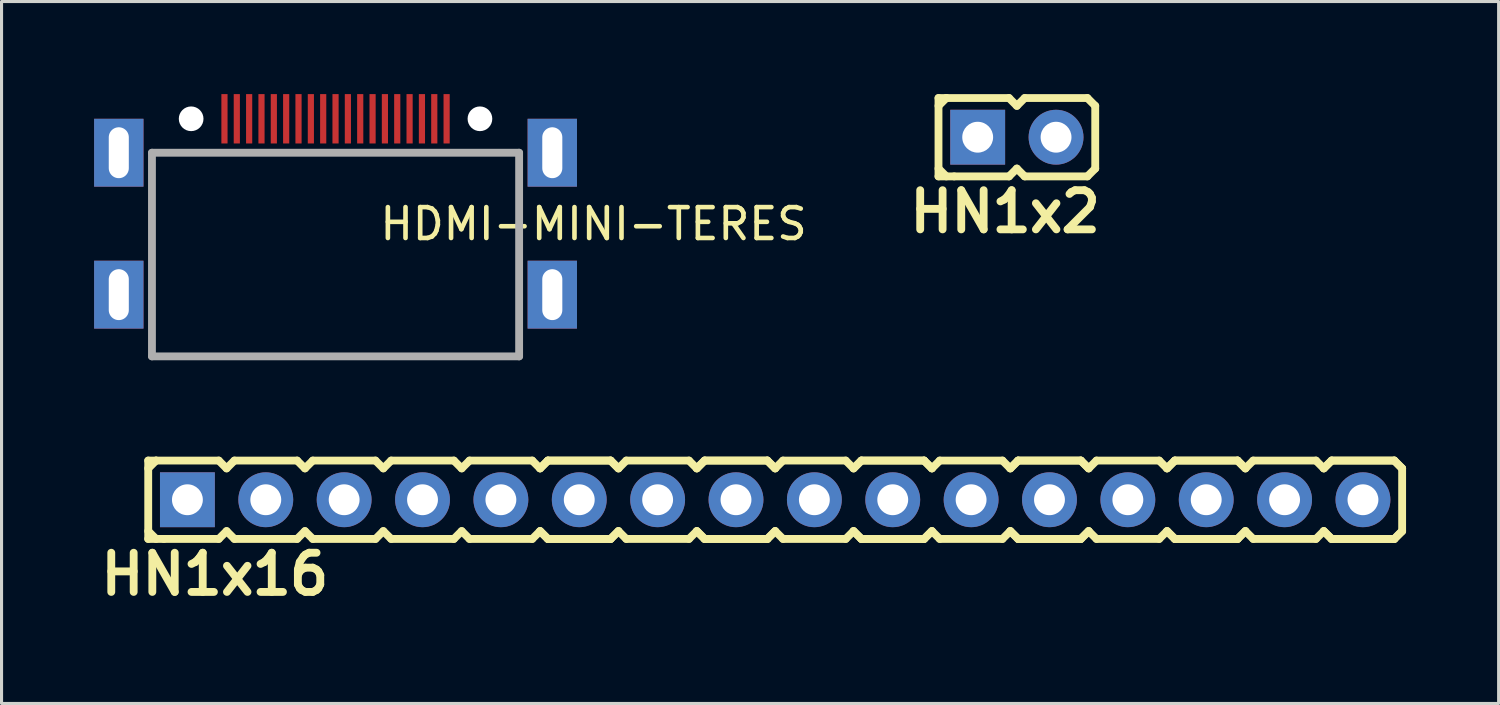
<source format=kicad_pcb>
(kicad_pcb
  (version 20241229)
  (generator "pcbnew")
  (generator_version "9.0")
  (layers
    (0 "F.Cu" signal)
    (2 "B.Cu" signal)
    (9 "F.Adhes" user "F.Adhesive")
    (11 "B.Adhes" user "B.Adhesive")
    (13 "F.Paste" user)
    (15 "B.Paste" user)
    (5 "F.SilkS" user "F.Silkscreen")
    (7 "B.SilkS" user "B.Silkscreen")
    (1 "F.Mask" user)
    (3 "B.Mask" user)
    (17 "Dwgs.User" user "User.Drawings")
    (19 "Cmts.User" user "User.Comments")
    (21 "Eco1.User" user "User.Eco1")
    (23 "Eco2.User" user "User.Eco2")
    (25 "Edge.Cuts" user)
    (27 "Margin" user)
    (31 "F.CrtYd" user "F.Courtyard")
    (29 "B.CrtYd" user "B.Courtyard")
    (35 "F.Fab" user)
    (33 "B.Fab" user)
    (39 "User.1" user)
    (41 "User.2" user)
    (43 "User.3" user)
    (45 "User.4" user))
  (footprint "HN1x2"
    (layer "F.Cu")
    (at 29.907 1.397)
    (property "Reference" "HN1x2" (at -0.381 2.413 0) (layer "F.SilkS") (effects (font (size 1.27 1.27) (thickness 0.254))))
    (attr smd)
    (fp_line (start -2.54 -1.27) (end -2.54 1.27) (stroke (width 0.254) (type solid)) (layer "F.SilkS"))
    (fp_line (start -2.54 -1.27) (end -2.286 -1.27) (stroke (width 0.254) (type solid)) (layer "F.SilkS"))
    (fp_line (start -2.54 -1.016) (end -2.286 -1.27) (stroke (width 0.254) (type solid)) (layer "F.SilkS"))
    (fp_line (start -2.286 -1.27) (end -0.254 -1.27) (stroke (width 0.254) (type solid)) (layer "F.SilkS"))
    (fp_line (start -2.286 1.27) (end -2.54 1.016) (stroke (width 0.254) (type solid)) (layer "F.SilkS"))
    (fp_line (start -2.032 1.27) (end -2.54 1.27) (stroke (width 0.254) (type solid)) (layer "F.SilkS"))
    (fp_line (start -0.254 -1.27) (end 0 -1.016) (stroke (width 0.254) (type solid)) (layer "F.SilkS"))
    (fp_line (start -0.254 1.27) (end -2.032 1.27) (stroke (width 0.254) (type solid)) (layer "F.SilkS"))
    (fp_line (start 0 -1.016) (end 0.254 -1.27) (stroke (width 0.254) (type solid)) (layer "F.SilkS"))
    (fp_line (start 0 1.016) (end -0.254 1.27) (stroke (width 0.254) (type solid)) (layer "F.SilkS"))
    (fp_line (start 0.254 -1.27) (end 2.286 -1.27) (stroke (width 0.254) (type solid)) (layer "F.SilkS"))
    (fp_line (start 0.254 1.27) (end 0 1.016) (stroke (width 0.254) (type solid)) (layer "F.SilkS"))
    (fp_line (start 2.286 -1.27) (end 2.54 -1.016) (stroke (width 0.254) (type solid)) (layer "F.SilkS"))
    (fp_line (start 2.286 1.27) (end 0.254 1.27) (stroke (width 0.254) (type solid)) (layer "F.SilkS"))
    (fp_line (start 2.286 1.27) (end 2.54 1.016) (stroke (width 0.254) (type solid)) (layer "F.SilkS"))
    (fp_line (start 2.54 -1.016) (end 2.54 1.016) (stroke (width 0.254) (type solid)) (layer "F.SilkS"))
    (pad "1" thru_hole rect (at -1.27 0) (size 1.778 1.778) (drill 1) (layers "*.Cu" "*.Mask"))
    (pad "2" thru_hole circle (at 1.27 0) (size 1.778 1.778) (drill 1) (layers "*.Cu" "*.Mask")))
  (footprint "HN1x16"
    (layer "F.Cu")
    (at 22.074 13.147)
    (property "Reference" "HN1x16" (at -18.161 2.413 0) (layer "F.SilkS") (effects (font (size 1.27 1.27) (thickness 0.254))))
    (attr smd)
    (fp_line (start -20.32 -1.27) (end -20.32 1.27) (stroke (width 0.254) (type solid)) (layer "F.SilkS"))
    (fp_line (start -20.32 -1.27) (end -20.066 -1.27) (stroke (width 0.254) (type solid)) (layer "F.SilkS"))
    (fp_line (start -20.32 -1.016) (end -20.066 -1.27) (stroke (width 0.254) (type solid)) (layer "F.SilkS"))
    (fp_line (start -20.066 -1.27) (end -18.034 -1.27) (stroke (width 0.254) (type solid)) (layer "F.SilkS"))
    (fp_line (start -20.066 1.27) (end -20.32 1.016) (stroke (width 0.254) (type solid)) (layer "F.SilkS"))
    (fp_line (start -19.812 1.27) (end -20.32 1.27) (stroke (width 0.254) (type solid)) (layer "F.SilkS"))
    (fp_line (start -18.034 -1.27) (end -17.78 -1.016) (stroke (width 0.254) (type solid)) (layer "F.SilkS"))
    (fp_line (start -18.034 1.27) (end -19.812 1.27) (stroke (width 0.254) (type solid)) (layer "F.SilkS"))
    (fp_line (start -17.78 -1.016) (end -17.526 -1.27) (stroke (width 0.254) (type solid)) (layer "F.SilkS"))
    (fp_line (start -17.78 1.016) (end -18.034 1.27) (stroke (width 0.254) (type solid)) (layer "F.SilkS"))
    (fp_line (start -17.526 -1.27) (end -15.494 -1.27) (stroke (width 0.254) (type solid)) (layer "F.SilkS"))
    (fp_line (start -17.526 1.27) (end -17.78 1.016) (stroke (width 0.254) (type solid)) (layer "F.SilkS"))
    (fp_line (start -15.494 -1.27) (end -15.24 -1.016) (stroke (width 0.254) (type solid)) (layer "F.SilkS"))
    (fp_line (start -15.494 1.27) (end -17.526 1.27) (stroke (width 0.254) (type solid)) (layer "F.SilkS"))
    (fp_line (start -15.494 1.27) (end -15.24 1.016) (stroke (width 0.254) (type solid)) (layer "F.SilkS"))
    (fp_line (start -15.24 -1.016) (end -14.986 -1.27) (stroke (width 0.254) (type solid)) (layer "F.SilkS"))
    (fp_line (start -15.24 1.016) (end -14.986 1.27) (stroke (width 0.254) (type solid)) (layer "F.SilkS"))
    (fp_line (start -14.986 -1.27) (end -12.954 -1.27) (stroke (width 0.254) (type solid)) (layer "F.SilkS"))
    (fp_line (start -12.954 -1.27) (end -12.7 -1.016) (stroke (width 0.254) (type solid)) (layer "F.SilkS"))
    (fp_line (start -12.954 1.27) (end -14.986 1.27) (stroke (width 0.254) (type solid)) (layer "F.SilkS"))
    (fp_line (start -12.7 -1.016) (end -12.446 -1.27) (stroke (width 0.254) (type solid)) (layer "F.SilkS"))
    (fp_line (start -12.7 1.016) (end -12.954 1.27) (stroke (width 0.254) (type solid)) (layer "F.SilkS"))
    (fp_line (start -12.446 -1.27) (end -10.414 -1.27) (stroke (width 0.254) (type solid)) (layer "F.SilkS"))
    (fp_line (start -12.446 1.27) (end -12.7 1.016) (stroke (width 0.254) (type solid)) (layer "F.SilkS"))
    (fp_line (start -10.414 -1.27) (end -10.16 -1.016) (stroke (width 0.254) (type solid)) (layer "F.SilkS"))
    (fp_line (start -10.414 1.27) (end -12.446 1.27) (stroke (width 0.254) (type solid)) (layer "F.SilkS"))
    (fp_line (start -10.16 -1.016) (end -9.906 -1.27) (stroke (width 0.254) (type solid)) (layer "F.SilkS"))
    (fp_line (start -10.16 1.016) (end -10.414 1.27) (stroke (width 0.254) (type solid)) (layer "F.SilkS"))
    (fp_line (start -9.906 -1.27) (end -7.874 -1.27) (stroke (width 0.254) (type solid)) (layer "F.SilkS"))
    (fp_line (start -9.906 1.27) (end -10.16 1.016) (stroke (width 0.254) (type solid)) (layer "F.SilkS"))
    (fp_line (start -7.874 -1.27) (end -7.62 -1.016) (stroke (width 0.254) (type solid)) (layer "F.SilkS"))
    (fp_line (start -7.874 1.27) (end -9.906 1.27) (stroke (width 0.254) (type solid)) (layer "F.SilkS"))
    (fp_line (start -7.62 -1.016) (end -7.366 -1.27) (stroke (width 0.254) (type solid)) (layer "F.SilkS"))
    (fp_line (start -7.62 -1.016) (end -7.366 -1.27) (stroke (width 0.254) (type solid)) (layer "F.SilkS"))
    (fp_line (start -7.62 1.016) (end -7.874 1.27) (stroke (width 0.254) (type solid)) (layer "F.SilkS"))
    (fp_line (start -7.366 -1.27) (end -5.334 -1.27) (stroke (width 0.254) (type solid)) (layer "F.SilkS"))
    (fp_line (start -7.366 -1.27) (end -5.334 -1.27) (stroke (width 0.254) (type solid)) (layer "F.SilkS"))
    (fp_line (start -7.366 1.27) (end -7.62 1.016) (stroke (width 0.254) (type solid)) (layer "F.SilkS"))
    (fp_line (start -7.366 1.27) (end -7.62 1.016) (stroke (width 0.254) (type solid)) (layer "F.SilkS"))
    (fp_line (start -5.334 -1.27) (end -5.08 -1.016) (stroke (width 0.254) (type solid)) (layer "F.SilkS"))
    (fp_line (start -5.334 -1.27) (end -5.08 -1.016) (stroke (width 0.254) (type solid)) (layer "F.SilkS"))
    (fp_line (start -5.334 1.27) (end -7.366 1.27) (stroke (width 0.254) (type solid)) (layer "F.SilkS"))
    (fp_line (start -5.334 1.27) (end -7.366 1.27) (stroke (width 0.254) (type solid)) (layer "F.SilkS"))
    (fp_line (start -5.08 -1.016) (end -4.826 -1.27) (stroke (width 0.254) (type solid)) (layer "F.SilkS"))
    (fp_line (start -5.08 1.016) (end -5.334 1.27) (stroke (width 0.254) (type solid)) (layer "F.SilkS"))
    (fp_line (start -5.08 1.016) (end -5.334 1.27) (stroke (width 0.254) (type solid)) (layer "F.SilkS"))
    (fp_line (start -4.826 -1.27) (end -2.794 -1.27) (stroke (width 0.254) (type solid)) (layer "F.SilkS"))
    (fp_line (start -4.826 1.27) (end -5.08 1.016) (stroke (width 0.254) (type solid)) (layer "F.SilkS"))
    (fp_line (start -2.794 -1.27) (end -2.54 -1.016) (stroke (width 0.254) (type solid)) (layer "F.SilkS"))
    (fp_line (start -2.794 1.27) (end -4.826 1.27) (stroke (width 0.254) (type solid)) (layer "F.SilkS"))
    (fp_line (start -2.54 -1.016) (end -2.286 -1.27) (stroke (width 0.254) (type solid)) (layer "F.SilkS"))
    (fp_line (start -2.54 -1.016) (end -2.286 -1.27) (stroke (width 0.254) (type solid)) (layer "F.SilkS"))
    (fp_line (start -2.54 1.016) (end -2.794 1.27) (stroke (width 0.254) (type solid)) (layer "F.SilkS"))
    (fp_line (start -2.286 -1.27) (end -0.254 -1.27) (stroke (width 0.254) (type solid)) (layer "F.SilkS"))
    (fp_line (start -2.286 -1.27) (end -0.254 -1.27) (stroke (width 0.254) (type solid)) (layer "F.SilkS"))
    (fp_line (start -2.286 1.27) (end -2.54 1.016) (stroke (width 0.254) (type solid)) (layer "F.SilkS"))
    (fp_line (start -2.286 1.27) (end -2.54 1.016) (stroke (width 0.254) (type solid)) (layer "F.SilkS"))
    (fp_line (start -0.254 -1.27) (end 0 -1.016) (stroke (width 0.254) (type solid)) (layer "F.SilkS"))
    (fp_line (start -0.254 -1.27) (end 0 -1.016) (stroke (width 0.254) (type solid)) (layer "F.SilkS"))
    (fp_line (start -0.254 1.27) (end -2.286 1.27) (stroke (width 0.254) (type solid)) (layer "F.SilkS"))
    (fp_line (start -0.254 1.27) (end -2.286 1.27) (stroke (width 0.254) (type solid)) (layer "F.SilkS"))
    (fp_line (start 0 -1.016) (end 0.254 -1.27) (stroke (width 0.254) (type solid)) (layer "F.SilkS"))
    (fp_line (start 0 1.016) (end -0.254 1.27) (stroke (width 0.254) (type solid)) (layer "F.SilkS"))
    (fp_line (start 0 1.016) (end -0.254 1.27) (stroke (width 0.254) (type solid)) (layer "F.SilkS"))
    (fp_line (start 0.254 -1.27) (end 2.286 -1.27) (stroke (width 0.254) (type solid)) (layer "F.SilkS"))
    (fp_line (start 0.254 1.27) (end 0 1.016) (stroke (width 0.254) (type solid)) (layer "F.SilkS"))
    (fp_line (start 2.286 -1.27) (end 2.54 -1.016) (stroke (width 0.254) (type solid)) (layer "F.SilkS"))
    (fp_line (start 2.286 1.27) (end 0.254 1.27) (stroke (width 0.254) (type solid)) (layer "F.SilkS"))
    (fp_line (start 2.54 -1.016) (end 2.794 -1.27) (stroke (width 0.254) (type solid)) (layer "F.SilkS"))
    (fp_line (start 2.54 -1.016) (end 2.794 -1.27) (stroke (width 0.254) (type solid)) (layer "F.SilkS"))
    (fp_line (start 2.54 1.016) (end 2.286 1.27) (stroke (width 0.254) (type solid)) (layer "F.SilkS"))
    (fp_line (start 2.794 -1.27) (end 4.826 -1.27) (stroke (width 0.254) (type solid)) (layer "F.SilkS"))
    (fp_line (start 2.794 -1.27) (end 4.826 -1.27) (stroke (width 0.254) (type solid)) (layer "F.SilkS"))
    (fp_line (start 2.794 1.27) (end 2.54 1.016) (stroke (width 0.254) (type solid)) (layer "F.SilkS"))
    (fp_line (start 2.794 1.27) (end 2.54 1.016) (stroke (width 0.254) (type solid)) (layer "F.SilkS"))
    (fp_line (start 4.826 -1.27) (end 5.08 -1.016) (stroke (width 0.254) (type solid)) (layer "F.SilkS"))
    (fp_line (start 4.826 -1.27) (end 5.08 -1.016) (stroke (width 0.254) (type solid)) (layer "F.SilkS"))
    (fp_line (start 4.826 1.27) (end 2.794 1.27) (stroke (width 0.254) (type solid)) (layer "F.SilkS"))
    (fp_line (start 4.826 1.27) (end 2.794 1.27) (stroke (width 0.254) (type solid)) (layer "F.SilkS"))
    (fp_line (start 5.08 -1.016) (end 5.334 -1.27) (stroke (width 0.254) (type solid)) (layer "F.SilkS"))
    (fp_line (start 5.08 1.016) (end 4.826 1.27) (stroke (width 0.254) (type solid)) (layer "F.SilkS"))
    (fp_line (start 5.08 1.016) (end 4.826 1.27) (stroke (width 0.254) (type solid)) (layer "F.SilkS"))
    (fp_line (start 5.334 -1.27) (end 7.366 -1.27) (stroke (width 0.254) (type solid)) (layer "F.SilkS"))
    (fp_line (start 5.334 1.27) (end 5.08 1.016) (stroke (width 0.254) (type solid)) (layer "F.SilkS"))
    (fp_line (start 7.366 -1.27) (end 7.62 -1.016) (stroke (width 0.254) (type solid)) (layer "F.SilkS"))
    (fp_line (start 7.366 1.27) (end 5.334 1.27) (stroke (width 0.254) (type solid)) (layer "F.SilkS"))
    (fp_line (start 7.62 -1.016) (end 7.874 -1.27) (stroke (width 0.254) (type solid)) (layer "F.SilkS"))
    (fp_line (start 7.62 -1.016) (end 7.874 -1.27) (stroke (width 0.254) (type solid)) (layer "F.SilkS"))
    (fp_line (start 7.62 1.016) (end 7.366 1.27) (stroke (width 0.254) (type solid)) (layer "F.SilkS"))
    (fp_line (start 7.874 -1.27) (end 9.906 -1.27) (stroke (width 0.254) (type solid)) (layer "F.SilkS"))
    (fp_line (start 7.874 -1.27) (end 9.906 -1.27) (stroke (width 0.254) (type solid)) (layer "F.SilkS"))
    (fp_line (start 7.874 1.27) (end 7.62 1.016) (stroke (width 0.254) (type solid)) (layer "F.SilkS"))
    (fp_line (start 7.874 1.27) (end 7.62 1.016) (stroke (width 0.254) (type solid)) (layer "F.SilkS"))
    (fp_line (start 9.906 -1.27) (end 10.16 -1.016) (stroke (width 0.254) (type solid)) (layer "F.SilkS"))
    (fp_line (start 9.906 -1.27) (end 10.16 -1.016) (stroke (width 0.254) (type solid)) (layer "F.SilkS"))
    (fp_line (start 9.906 1.27) (end 7.874 1.27) (stroke (width 0.254) (type solid)) (layer "F.SilkS"))
    (fp_line (start 9.906 1.27) (end 7.874 1.27) (stroke (width 0.254) (type solid)) (layer "F.SilkS"))
    (fp_line (start 10.16 -1.016) (end 10.414 -1.27) (stroke (width 0.254) (type solid)) (layer "F.SilkS"))
    (fp_line (start 10.16 1.016) (end 9.906 1.27) (stroke (width 0.254) (type solid)) (layer "F.SilkS"))
    (fp_line (start 10.16 1.016) (end 9.906 1.27) (stroke (width 0.254) (type solid)) (layer "F.SilkS"))
    (fp_line (start 10.414 -1.27) (end 12.446 -1.27) (stroke (width 0.254) (type solid)) (layer "F.SilkS"))
    (fp_line (start 10.414 1.27) (end 10.16 1.016) (stroke (width 0.254) (type solid)) (layer "F.SilkS"))
    (fp_line (start 12.446 -1.27) (end 12.7 -1.016) (stroke (width 0.254) (type solid)) (layer "F.SilkS"))
    (fp_line (start 12.446 1.27) (end 10.414 1.27) (stroke (width 0.254) (type solid)) (layer "F.SilkS"))
    (fp_line (start 12.7 -1.016) (end 12.954 -1.27) (stroke (width 0.254) (type solid)) (layer "F.SilkS"))
    (fp_line (start 12.7 -1.016) (end 12.954 -1.27) (stroke (width 0.254) (type solid)) (layer "F.SilkS"))
    (fp_line (start 12.7 1.016) (end 12.446 1.27) (stroke (width 0.254) (type solid)) (layer "F.SilkS"))
    (fp_line (start 12.954 -1.27) (end 14.986 -1.27) (stroke (width 0.254) (type solid)) (layer "F.SilkS"))
    (fp_line (start 12.954 -1.27) (end 14.986 -1.27) (stroke (width 0.254) (type solid)) (layer "F.SilkS"))
    (fp_line (start 12.954 1.27) (end 12.7 1.016) (stroke (width 0.254) (type solid)) (layer "F.SilkS"))
    (fp_line (start 12.954 1.27) (end 12.7 1.016) (stroke (width 0.254) (type solid)) (layer "F.SilkS"))
    (fp_line (start 14.986 -1.27) (end 15.24 -1.016) (stroke (width 0.254) (type solid)) (layer "F.SilkS"))
    (fp_line (start 14.986 -1.27) (end 15.24 -1.016) (stroke (width 0.254) (type solid)) (layer "F.SilkS"))
    (fp_line (start 14.986 1.27) (end 12.954 1.27) (stroke (width 0.254) (type solid)) (layer "F.SilkS"))
    (fp_line (start 14.986 1.27) (end 12.954 1.27) (stroke (width 0.254) (type solid)) (layer "F.SilkS"))
    (fp_line (start 15.24 -1.016) (end 15.494 -1.27) (stroke (width 0.254) (type solid)) (layer "F.SilkS"))
    (fp_line (start 15.24 1.016) (end 14.986 1.27) (stroke (width 0.254) (type solid)) (layer "F.SilkS"))
    (fp_line (start 15.24 1.016) (end 14.986 1.27) (stroke (width 0.254) (type solid)) (layer "F.SilkS"))
    (fp_line (start 15.494 -1.27) (end 17.526 -1.27) (stroke (width 0.254) (type solid)) (layer "F.SilkS"))
    (fp_line (start 15.494 1.27) (end 15.24 1.016) (stroke (width 0.254) (type solid)) (layer "F.SilkS"))
    (fp_line (start 17.526 -1.27) (end 17.78 -1.016) (stroke (width 0.254) (type solid)) (layer "F.SilkS"))
    (fp_line (start 17.526 1.27) (end 15.494 1.27) (stroke (width 0.254) (type solid)) (layer "F.SilkS"))
    (fp_line (start 17.78 -1.016) (end 18.034 -1.27) (stroke (width 0.254) (type solid)) (layer "F.SilkS"))
    (fp_line (start 17.78 -1.016) (end 18.034 -1.27) (stroke (width 0.254) (type solid)) (layer "F.SilkS"))
    (fp_line (start 17.78 1.016) (end 17.526 1.27) (stroke (width 0.254) (type solid)) (layer "F.SilkS"))
    (fp_line (start 18.034 -1.27) (end 20.066 -1.27) (stroke (width 0.254) (type solid)) (layer "F.SilkS"))
    (fp_line (start 18.034 -1.27) (end 20.066 -1.27) (stroke (width 0.254) (type solid)) (layer "F.SilkS"))
    (fp_line (start 18.034 1.27) (end 17.78 1.016) (stroke (width 0.254) (type solid)) (layer "F.SilkS"))
    (fp_line (start 18.034 1.27) (end 17.78 1.016) (stroke (width 0.254) (type solid)) (layer "F.SilkS"))
    (fp_line (start 20.066 -1.27) (end 20.32 -1.016) (stroke (width 0.254) (type solid)) (layer "F.SilkS"))
    (fp_line (start 20.066 -1.27) (end 20.32 -1.016) (stroke (width 0.254) (type solid)) (layer "F.SilkS"))
    (fp_line (start 20.066 1.27) (end 18.034 1.27) (stroke (width 0.254) (type solid)) (layer "F.SilkS"))
    (fp_line (start 20.066 1.27) (end 18.034 1.27) (stroke (width 0.254) (type solid)) (layer "F.SilkS"))
    (fp_line (start 20.32 -1.016) (end 20.32 1.016) (stroke (width 0.254) (type solid)) (layer "F.SilkS"))
    (fp_line (start 20.32 1.016) (end 20.066 1.27) (stroke (width 0.254) (type solid)) (layer "F.SilkS"))
    (fp_line (start 20.32 1.016) (end 20.066 1.27) (stroke (width 0.254) (type solid)) (layer "F.SilkS"))
    (pad "1" thru_hole rect (at -19.05 0) (size 1.778 1.778) (drill 1) (layers "*.Cu" "*.Mask"))
    (pad "2" thru_hole circle (at -16.51 0) (size 1.778 1.778) (drill 1) (layers "*.Cu" "*.Mask"))
    (pad "3" thru_hole circle (at -13.97 0) (size 1.778 1.778) (drill 1) (layers "*.Cu" "*.Mask"))
    (pad "4" thru_hole circle (at -11.43 0) (size 1.778 1.778) (drill 1) (layers "*.Cu" "*.Mask"))
    (pad "5" thru_hole circle (at -8.89 0) (size 1.778 1.778) (drill 1) (layers "*.Cu" "*.Mask"))
    (pad "6" thru_hole circle (at -6.35 0) (size 1.778 1.778) (drill 1) (layers "*.Cu" "*.Mask"))
    (pad "7" thru_hole circle (at -3.81 0) (size 1.778 1.778) (drill 1) (layers "*.Cu" "*.Mask"))
    (pad "8" thru_hole circle (at -1.27 0) (size 1.778 1.778) (drill 1) (layers "*.Cu" "*.Mask"))
    (pad "9" thru_hole circle (at 1.27 0) (size 1.778 1.778) (drill 1) (layers "*.Cu" "*.Mask"))
    (pad "10" thru_hole circle (at 3.81 0) (size 1.778 1.778) (drill 1) (layers "*.Cu" "*.Mask"))
    (pad "11" thru_hole circle (at 6.35 0) (size 1.778 1.778) (drill 1) (layers "*.Cu" "*.Mask"))
    (pad "12" thru_hole circle (at 8.89 0) (size 1.778 1.778) (drill 1) (layers "*.Cu" "*.Mask"))
    (pad "13" thru_hole circle (at 11.43 0) (size 1.778 1.778) (drill 1) (layers "*.Cu" "*.Mask"))
    (pad "14" thru_hole circle (at 13.97 0) (size 1.778 1.778) (drill 1) (layers "*.Cu" "*.Mask"))
    (pad "15" thru_hole circle (at 16.51 0) (size 1.778 1.778) (drill 1) (layers "*.Cu" "*.Mask"))
    (pad "16" thru_hole circle (at 19.05 0) (size 1.778 1.778) (drill 1) (layers "*.Cu" "*.Mask")))
  (footprint "HDMI-MINI-TERES"
    (layer "F.Cu")
    (at 7.825 8.5)
    (property "Reference" "HDMI-MINI-TERES" (at 8.363 -4.292 0) (layer "F.SilkS") (effects (font (size 1 1) (thickness 0.15))))
    (attr through_hole)
    (fp_line (start -5.95 -6.6) (end 5.95 -6.6) (stroke (width 0.254) (type solid)) (layer "F.Fab"))
    (fp_line (start -5.95 0) (end -5.95 -6.6) (stroke (width 0.254) (type solid)) (layer "F.Fab"))
    (fp_line (start -5.95 0) (end 5.95 0) (stroke (width 0.254) (type solid)) (layer "F.Fab"))
    (fp_line (start 5.95 0) (end 5.95 -6.6) (stroke (width 0.254) (type solid)) (layer "F.Fab"))
    (pad "" np_thru_hole circle (at -4.68 -7.7) (size 0.8 0.8) (drill 0.8) (layers "*.Cu" "*.Mask"))
    (pad "" np_thru_hole circle (at 4.68 -7.7) (size 0.8 0.8) (drill 0.8) (layers "*.Cu" "*.Mask"))
    (pad "0" thru_hole rect (at -7.025 -6.6) (size 1.6 2.2) (drill oval 0.65 1.65) (layers "*.Cu" "*.Mask"))
    (pad "0" thru_hole rect (at -7.025 -2) (size 1.6 2.2) (drill oval 0.65 1.65) (layers "*.Cu" "*.Mask"))
    (pad "0" thru_hole rect (at 7.025 -6.6) (size 1.6 2.2) (drill oval 0.65 1.65) (layers "*.Cu" "*.Mask"))
    (pad "0" thru_hole rect (at 7.025 -2) (size 1.6 2.2) (drill oval 0.65 1.65) (layers "*.Cu" "*.Mask"))
    (pad "1" smd rect (at 3.6 -7.7) (size 0.2 1.6) (layers "F.Cu" "F.Mask" "F.Paste"))
    (pad "2" smd rect (at 3.2 -7.7) (size 0.2 1.6) (layers "F.Cu" "F.Mask" "F.Paste"))
    (pad "3" smd rect (at 2.8 -7.7) (size 0.2 1.6) (layers "F.Cu" "F.Mask" "F.Paste"))
    (pad "4" smd rect (at 2.4 -7.7) (size 0.2 1.6) (layers "F.Cu" "F.Mask" "F.Paste"))
    (pad "5" smd rect (at 2 -7.7) (size 0.2 1.6) (layers "F.Cu" "F.Mask" "F.Paste"))
    (pad "6" smd rect (at 1.6 -7.7) (size 0.2 1.6) (layers "F.Cu" "F.Mask" "F.Paste"))
    (pad "7" smd rect (at 1.2 -7.7) (size 0.2 1.6) (layers "F.Cu" "F.Mask" "F.Paste"))
    (pad "8" smd rect (at 0.8 -7.7) (size 0.2 1.6) (layers "F.Cu" "F.Mask" "F.Paste"))
    (pad "9" smd rect (at 0.4 -7.7) (size 0.2 1.6) (layers "F.Cu" "F.Mask" "F.Paste"))
    (pad "10" smd rect (at 0 -7.7) (size 0.2 1.6) (layers "F.Cu" "F.Mask" "F.Paste"))
    (pad "11" smd rect (at -0.4 -7.7) (size 0.2 1.6) (layers "F.Cu" "F.Mask" "F.Paste"))
    (pad "12" smd rect (at -0.8 -7.7) (size 0.2 1.6) (layers "F.Cu" "F.Mask" "F.Paste"))
    (pad "13" smd rect (at -1.2 -7.7) (size 0.2 1.6) (layers "F.Cu" "F.Mask" "F.Paste"))
    (pad "14" smd rect (at -1.6 -7.7) (size 0.2 1.6) (layers "F.Cu" "F.Mask" "F.Paste"))
    (pad "15" smd rect (at -2 -7.7) (size 0.2 1.6) (layers "F.Cu" "F.Mask" "F.Paste"))
    (pad "16" smd rect (at -2.4 -7.7) (size 0.2 1.6) (layers "F.Cu" "F.Mask" "F.Paste"))
    (pad "17" smd rect (at -2.8 -7.7) (size 0.2 1.6) (layers "F.Cu" "F.Mask" "F.Paste"))
    (pad "18" smd rect (at -3.2 -7.7) (size 0.2 1.6) (layers "F.Cu" "F.Mask" "F.Paste"))
    (pad "19" smd rect (at -3.6 -7.7) (size 0.2 1.6) (layers "F.Cu" "F.Mask" "F.Paste")))
  (gr_rect
    (start -3 -3)
    (end 45.521 19.749)
    (stroke (width 0.1) (type default))
    (fill no)
    (layer "Edge.Cuts")))
</source>
